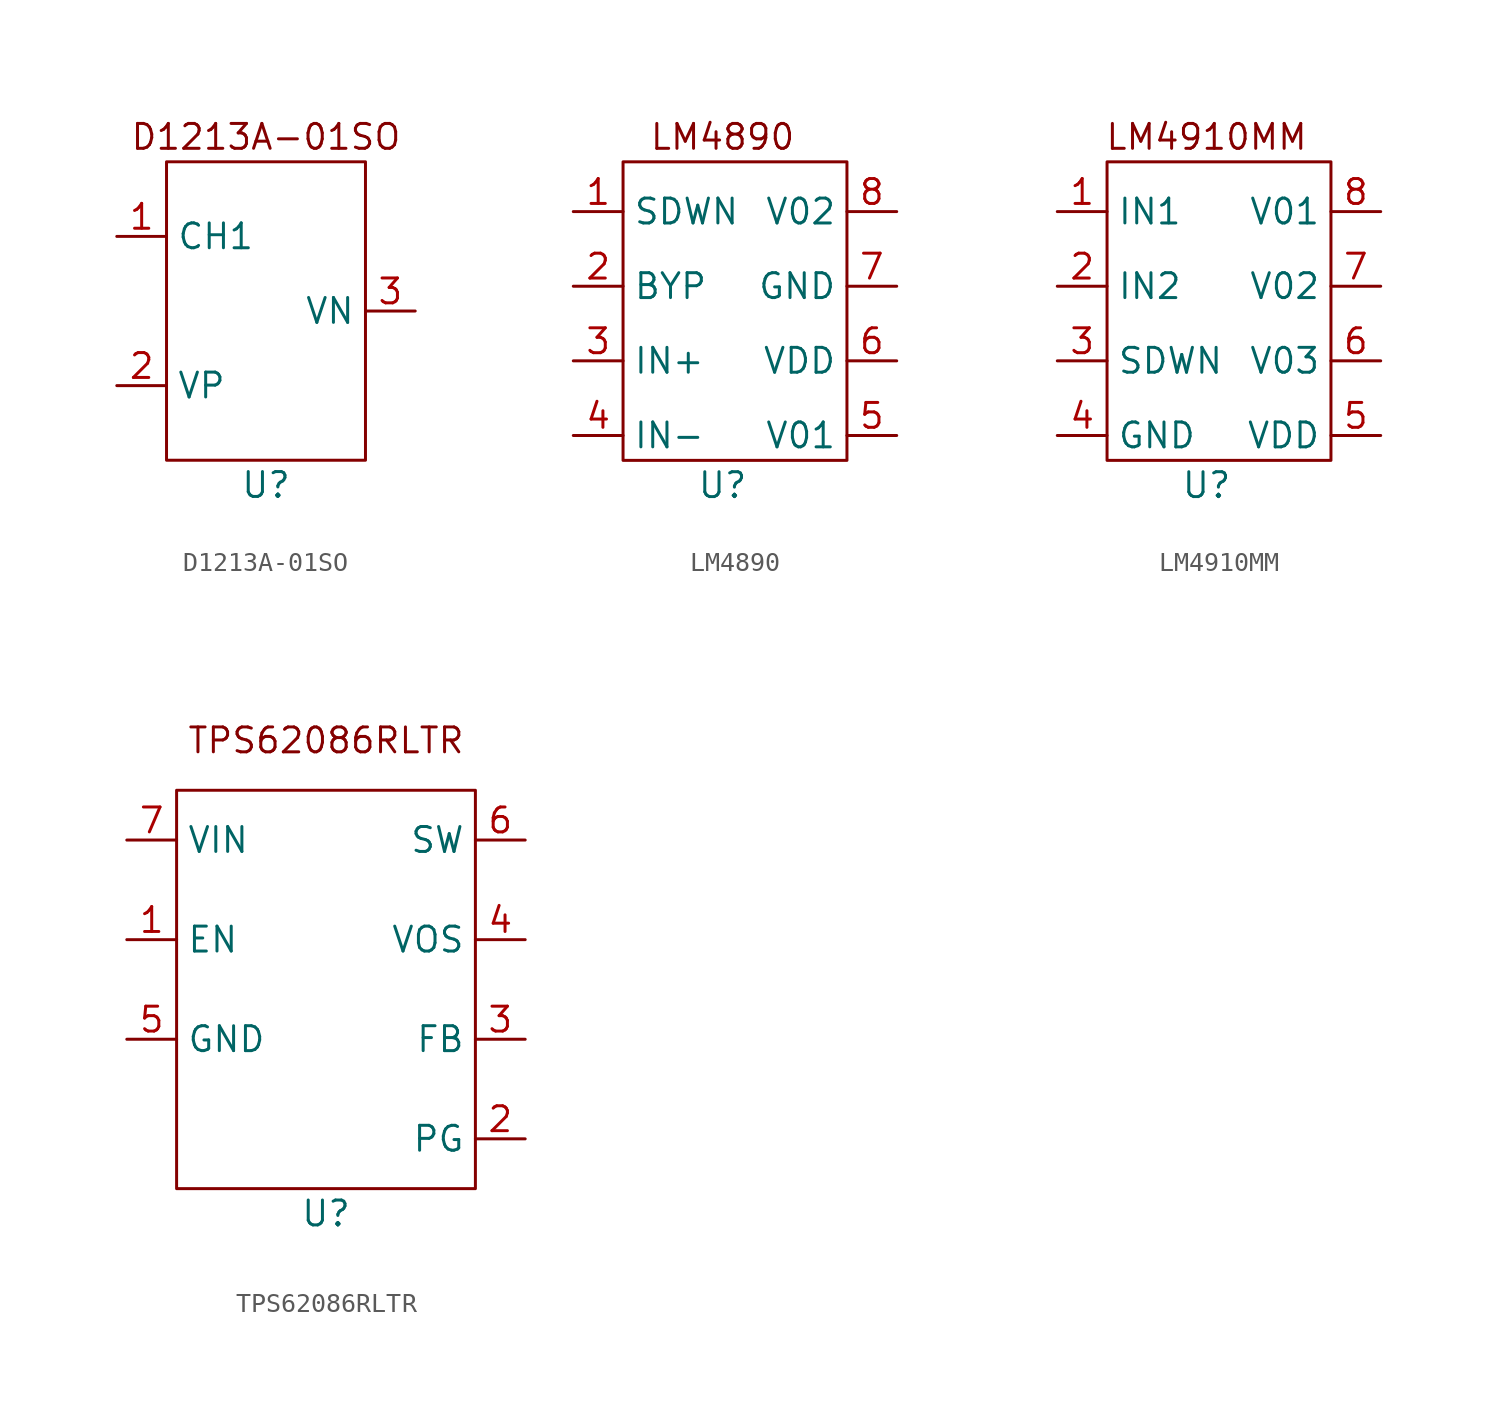
<source format=kicad_sym>
(kicad_symbol_lib
  (version 20220914)
  (generator kicad_symbol_editor)
  (symbol "D1213A-01SO"
    (property "Reference" "U"
      (at 0 -8.89 0)
      (effects (font (size 1.27 1.27))))
    (property "Value" ""
      (at 0 0 0)
      (effects (font (size 1.27 1.27))))
    (symbol "D1213A-01SO_0_1"
      (rectangle (start -5.08 7.62) (end 5.08 -7.62) (stroke (width 0) (type default)) (fill (type none))))
    (symbol "D1213A-01SO_1_1"
      (text "D1213A-01SO" (at 0 8.89 0) (effects (font (size 1.27 1.27))))
      (pin input line (at -7.62 3.81 0) (length 2.54) (name "CH1" (effects (font (size 1.27 1.27)))) (number "1" (effects (font (size 1.27 1.27)))))
      (pin output line (at -7.62 -3.81 0) (length 2.54) (name "VP" (effects (font (size 1.27 1.27)))) (number "2" (effects (font (size 1.27 1.27)))))
      (pin output line (at 7.62 0 180) (length 2.54) (name "VN" (effects (font (size 1.27 1.27)))) (number "3" (effects (font (size 1.27 1.27)))))))
  (symbol "LM4890"
    (property "Reference" "U"
      (at 0 -10.16 0)
      (effects (font (size 1.27 1.27))))
    (property "Value" ""
      (at 0 -10.16 0)
      (effects (font (size 1.27 1.27))))
    (symbol "LM4890_0_1"
      (rectangle (start -5.08 6.35) (end 6.35 -8.89) (stroke (width 0) (type default)) (fill (type none))))
    (symbol "LM4890_1_1"
      (text "LM4890" (at 0 7.62 0) (effects (font (size 1.27 1.27))))
      (pin input line (at -7.62 3.81 0) (length 2.54) (name "SDWN" (effects (font (size 1.27 1.27)))) (number "1" (effects (font (size 1.27 1.27)))))
      (pin input line (at -7.62 0 0) (length 2.54) (name "BYP" (effects (font (size 1.27 1.27)))) (number "2" (effects (font (size 1.27 1.27)))))
      (pin input line (at -7.62 -3.81 0) (length 2.54) (name "IN+" (effects (font (size 1.27 1.27)))) (number "3" (effects (font (size 1.27 1.27)))))
      (pin input line (at -7.62 -7.62 0) (length 2.54) (name "IN-" (effects (font (size 1.27 1.27)))) (number "4" (effects (font (size 1.27 1.27)))))
      (pin output line (at 8.89 -7.62 180) (length 2.54) (name "V01" (effects (font (size 1.27 1.27)))) (number "5" (effects (font (size 1.27 1.27)))))
      (pin power_in line (at 8.89 -3.81 180) (length 2.54) (name "VDD" (effects (font (size 1.27 1.27)))) (number "6" (effects (font (size 1.27 1.27)))))
      (pin power_in line (at 8.89 0 180) (length 2.54) (name "GND" (effects (font (size 1.27 1.27)))) (number "7" (effects (font (size 1.27 1.27)))))
      (pin output line (at 8.89 3.81 180) (length 2.54) (name "V02" (effects (font (size 1.27 1.27)))) (number "8" (effects (font (size 1.27 1.27)))))))
  (symbol "LM4910MM"
    (property "Reference" "U"
      (at 0 -8.89 0)
      (effects (font (size 1.27 1.27))))
    (property "Value" ""
      (at 0 0 0)
      (effects (font (size 1.27 1.27))))
    (symbol "LM4910MM_0_1"
      (rectangle (start -5.08 7.62) (end 6.35 -7.62) (stroke (width 0) (type default)) (fill (type none))))
    (symbol "LM4910MM_1_1"
      (text "LM4910MM\n" (at 0 8.89 0) (effects (font (size 1.27 1.27))))
      (pin input line (at -7.62 5.08 0) (length 2.54) (name "IN1" (effects (font (size 1.27 1.27)))) (number "1" (effects (font (size 1.27 1.27)))))
      (pin input line (at -7.62 1.27 0) (length 2.54) (name "IN2" (effects (font (size 1.27 1.27)))) (number "2" (effects (font (size 1.27 1.27)))))
      (pin input line (at -7.62 -2.54 0) (length 2.54) (name "SDWN" (effects (font (size 1.27 1.27)))) (number "3" (effects (font (size 1.27 1.27)))))
      (pin power_in line (at -7.62 -6.35 0) (length 2.54) (name "GND" (effects (font (size 1.27 1.27)))) (number "4" (effects (font (size 1.27 1.27)))))
      (pin input line (at 8.89 -6.35 180) (length 2.54) (name "VDD" (effects (font (size 1.27 1.27)))) (number "5" (effects (font (size 1.27 1.27)))))
      (pin output line (at 8.89 -2.54 180) (length 2.54) (name "V03" (effects (font (size 1.27 1.27)))) (number "6" (effects (font (size 1.27 1.27)))))
      (pin output line (at 8.89 1.27 180) (length 2.54) (name "V02" (effects (font (size 1.27 1.27)))) (number "7" (effects (font (size 1.27 1.27)))))
      (pin output line (at 8.89 5.08 180) (length 2.54) (name "V01" (effects (font (size 1.27 1.27)))) (number "8" (effects (font (size 1.27 1.27)))))))
  (symbol "TPS62086RLTR"
    (property "Reference" "U"
      (at 0 -10.16 0)
      (effects (font (size 1.27 1.27))))
    (property "Value" ""
      (at -5.08 -5.08 0)
      (effects (font (size 1.27 1.27))))
    (symbol "TPS62086RLTR_0_1"
      (rectangle (start -7.62 11.43) (end 7.62 -8.89) (stroke (width 0) (type default)) (fill (type none))))
    (symbol "TPS62086RLTR_1_1"
      (text "TPS62086RLTR" (at 0 13.97 0) (effects (font (size 1.27 1.27))))
      (pin input line (at -10.16 3.81 0) (length 2.54) (name "EN" (effects (font (size 1.27 1.27)))) (number "1" (effects (font (size 1.27 1.27)))))
      (pin output line (at 10.16 -6.35 180) (length 2.54) (name "PG" (effects (font (size 1.27 1.27)))) (number "2" (effects (font (size 1.27 1.27)))))
      (pin input line (at 10.16 -1.27 180) (length 2.54) (name "FB" (effects (font (size 1.27 1.27)))) (number "3" (effects (font (size 1.27 1.27)))))
      (pin input line (at 10.16 3.81 180) (length 2.54) (name "VOS" (effects (font (size 1.27 1.27)))) (number "4" (effects (font (size 1.27 1.27)))))
      (pin input line (at -10.16 -1.27 0) (length 2.54) (name "GND" (effects (font (size 1.27 1.27)))) (number "5" (effects (font (size 1.27 1.27)))))
      (pin power_out line (at 10.16 8.89 180) (length 2.54) (name "SW" (effects (font (size 1.27 1.27)))) (number "6" (effects (font (size 1.27 1.27)))))
      (pin power_in line (at -10.16 8.89 0) (length 2.54) (name "VIN" (effects (font (size 1.27 1.27)))) (number "7" (effects (font (size 1.27 1.27))))))))
</source>
